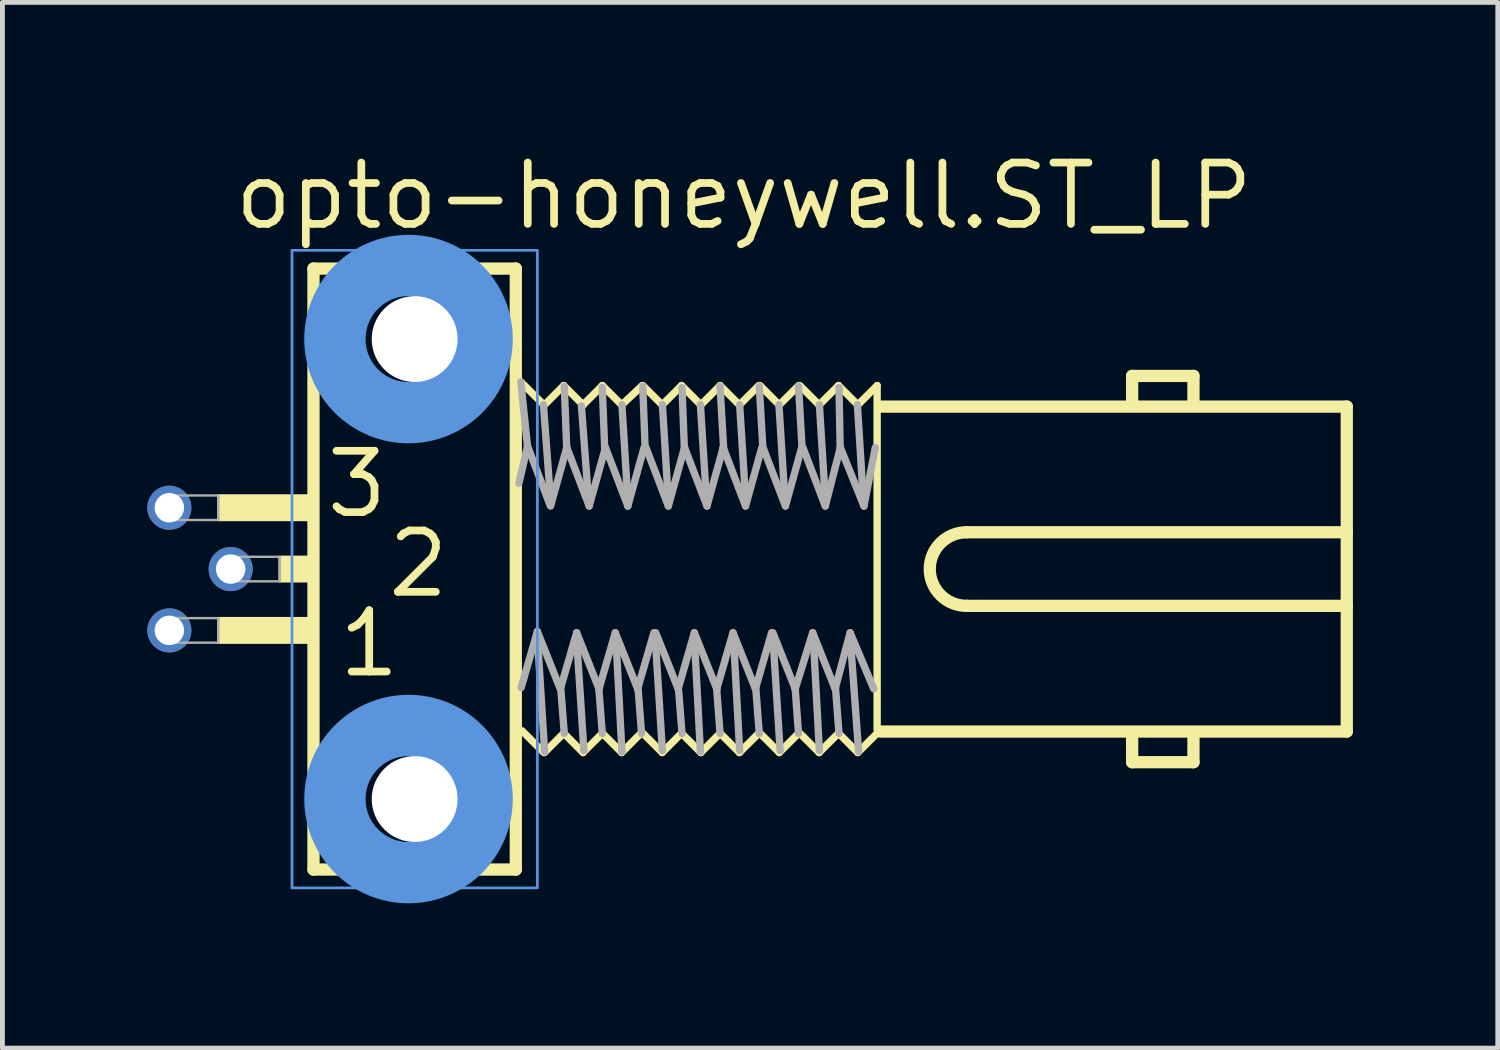
<source format=kicad_pcb>
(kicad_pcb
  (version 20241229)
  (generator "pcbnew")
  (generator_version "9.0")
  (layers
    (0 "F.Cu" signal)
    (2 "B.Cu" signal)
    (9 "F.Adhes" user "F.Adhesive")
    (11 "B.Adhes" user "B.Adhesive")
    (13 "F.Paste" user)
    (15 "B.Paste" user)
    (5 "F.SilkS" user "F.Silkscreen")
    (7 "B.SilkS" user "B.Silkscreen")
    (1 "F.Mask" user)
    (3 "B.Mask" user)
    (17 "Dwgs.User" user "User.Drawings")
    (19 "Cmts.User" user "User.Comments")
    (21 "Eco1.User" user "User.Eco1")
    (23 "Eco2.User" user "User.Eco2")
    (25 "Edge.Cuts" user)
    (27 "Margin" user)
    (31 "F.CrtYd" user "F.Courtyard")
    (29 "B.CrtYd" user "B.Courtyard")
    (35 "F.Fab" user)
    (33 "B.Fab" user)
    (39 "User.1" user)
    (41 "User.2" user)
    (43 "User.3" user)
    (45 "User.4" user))
  (footprint "opto-honeywell.ST_LP"
    (layer "F.Cu")
    (at 5.537 8.735)
    (property "Reference" "opto-honeywell.ST_LP" (at -3.81 -6.985 0) (layer "F.SilkS") (effects (font (size 1.27 1.27) (thickness 0.16)) (justify left bottom)))
    (attr through_hole)
    (fp_line (start -2.095 -6.223) (end 2.095 -6.223) (stroke (width 0.254) (type default)) (layer "F.SilkS"))
    (fp_line (start -2.095 6.223) (end -2.095 -6.223) (stroke (width 0.254) (type default)) (layer "F.SilkS"))
    (fp_line (start 2.095 -6.223) (end 2.095 6.223) (stroke (width 0.254) (type default)) (layer "F.SilkS"))
    (fp_line (start 2.095 6.223) (end -2.095 6.223) (stroke (width 0.254) (type default)) (layer "F.SilkS"))
    (fp_line (start 2.675 -3.4) (end 2.199 -3.876) (stroke (width 0.152) (type default)) (layer "F.SilkS"))
    (fp_line (start 2.675 3.8) (end 2.224 3.349) (stroke (width 0.152) (type default)) (layer "F.SilkS"))
    (fp_line (start 3.088 -3.8) (end 2.688 -3.4) (stroke (width 0.152) (type default)) (layer "F.SilkS"))
    (fp_line (start 3.088 3.4) (end 2.688 3.8) (stroke (width 0.152) (type default)) (layer "F.SilkS"))
    (fp_line (start 3.488 -3.4) (end 3.088 -3.8) (stroke (width 0.152) (type default)) (layer "F.SilkS"))
    (fp_line (start 3.488 3.8) (end 3.088 3.4) (stroke (width 0.152) (type default)) (layer "F.SilkS"))
    (fp_line (start 3.888 -3.8) (end 3.488 -3.4) (stroke (width 0.152) (type default)) (layer "F.SilkS"))
    (fp_line (start 3.888 3.4) (end 3.488 3.8) (stroke (width 0.152) (type default)) (layer "F.SilkS"))
    (fp_line (start 4.288 -3.4) (end 3.888 -3.8) (stroke (width 0.152) (type default)) (layer "F.SilkS"))
    (fp_line (start 4.288 3.8) (end 3.888 3.4) (stroke (width 0.152) (type default)) (layer "F.SilkS"))
    (fp_line (start 4.688 3.4) (end 4.288 3.8) (stroke (width 0.152) (type default)) (layer "F.SilkS"))
    (fp_line (start 4.714 -3.8) (end 4.288 -3.4) (stroke (width 0.152) (type default)) (layer "F.SilkS"))
    (fp_line (start 5.127 -3.4) (end 4.726 -3.8) (stroke (width 0.152) (type default)) (layer "F.SilkS"))
    (fp_line (start 5.127 3.8) (end 4.726 3.4) (stroke (width 0.152) (type default)) (layer "F.SilkS"))
    (fp_line (start 5.527 -3.8) (end 5.127 -3.4) (stroke (width 0.152) (type default)) (layer "F.SilkS"))
    (fp_line (start 5.527 3.4) (end 5.127 3.8) (stroke (width 0.152) (type default)) (layer "F.SilkS"))
    (fp_line (start 5.927 -3.4) (end 5.527 -3.8) (stroke (width 0.152) (type default)) (layer "F.SilkS"))
    (fp_line (start 5.927 3.8) (end 5.527 3.4) (stroke (width 0.152) (type default)) (layer "F.SilkS"))
    (fp_line (start 6.326 -3.8) (end 5.927 -3.4) (stroke (width 0.152) (type default)) (layer "F.SilkS"))
    (fp_line (start 6.326 3.4) (end 5.927 3.8) (stroke (width 0.152) (type default)) (layer "F.SilkS"))
    (fp_line (start 6.726 -3.4) (end 6.326 -3.8) (stroke (width 0.152) (type default)) (layer "F.SilkS"))
    (fp_line (start 6.726 3.8) (end 6.326 3.4) (stroke (width 0.152) (type default)) (layer "F.SilkS"))
    (fp_line (start 7.127 -3.8) (end 6.726 -3.4) (stroke (width 0.152) (type default)) (layer "F.SilkS"))
    (fp_line (start 7.127 3.4) (end 6.726 3.8) (stroke (width 0.152) (type default)) (layer "F.SilkS"))
    (fp_line (start 7.552 -3.4) (end 7.152 -3.8) (stroke (width 0.152) (type default)) (layer "F.SilkS"))
    (fp_line (start 7.552 3.8) (end 7.152 3.4) (stroke (width 0.152) (type default)) (layer "F.SilkS"))
    (fp_line (start 7.952 -3.8) (end 7.552 -3.4) (stroke (width 0.152) (type default)) (layer "F.SilkS"))
    (fp_line (start 7.952 3.4) (end 7.552 3.8) (stroke (width 0.152) (type default)) (layer "F.SilkS"))
    (fp_line (start 8.377 -3.4) (end 7.977 -3.8) (stroke (width 0.152) (type default)) (layer "F.SilkS"))
    (fp_line (start 8.377 3.8) (end 7.977 3.4) (stroke (width 0.152) (type default)) (layer "F.SilkS"))
    (fp_line (start 8.778 -3.8) (end 8.377 -3.4) (stroke (width 0.152) (type default)) (layer "F.SilkS"))
    (fp_line (start 8.778 3.4) (end 8.377 3.8) (stroke (width 0.152) (type default)) (layer "F.SilkS"))
    (fp_line (start 9.178 -3.4) (end 8.778 -3.8) (stroke (width 0.152) (type default)) (layer "F.SilkS"))
    (fp_line (start 9.178 3.8) (end 8.778 3.4) (stroke (width 0.152) (type default)) (layer "F.SilkS"))
    (fp_line (start 9.578 -3.8) (end 9.178 -3.4) (stroke (width 0.152) (type default)) (layer "F.SilkS"))
    (fp_line (start 9.578 -3.8) (end 9.578 3.331) (stroke (width 0.152) (type default)) (layer "F.SilkS"))
    (fp_line (start 9.578 3.4) (end 9.178 3.8) (stroke (width 0.152) (type default)) (layer "F.SilkS"))
    (fp_line (start 9.652 3.365) (end 19.304 3.365) (stroke (width 0.254) (type default)) (layer "F.SilkS"))
    (fp_line (start 11.43 0.762) (end 19.304 0.762) (stroke (width 0.254) (type default)) (layer "F.SilkS"))
    (fp_line (start 14.859 -4) (end 16.129 -4) (stroke (width 0.254) (type default)) (layer "F.SilkS"))
    (fp_line (start 14.859 -3.429) (end 14.859 -4) (stroke (width 0.254) (type default)) (layer "F.SilkS"))
    (fp_line (start 14.859 4) (end 14.859 3.429) (stroke (width 0.254) (type default)) (layer "F.SilkS"))
    (fp_line (start 16.129 -4) (end 16.129 -3.429) (stroke (width 0.254) (type default)) (layer "F.SilkS"))
    (fp_line (start 16.129 3.429) (end 16.129 4) (stroke (width 0.254) (type default)) (layer "F.SilkS"))
    (fp_line (start 16.129 4) (end 14.859 4) (stroke (width 0.254) (type default)) (layer "F.SilkS"))
    (fp_line (start 19.304 -3.365) (end 9.652 -3.365) (stroke (width 0.254) (type default)) (layer "F.SilkS"))
    (fp_line (start 19.304 -0.762) (end 11.43 -0.762) (stroke (width 0.254) (type default)) (layer "F.SilkS"))
    (fp_line (start 19.304 -0.762) (end 19.304 -3.365) (stroke (width 0.254) (type default)) (layer "F.SilkS"))
    (fp_line (start 19.304 0.762) (end 19.304 -0.762) (stroke (width 0.254) (type default)) (layer "F.SilkS"))
    (fp_line (start 19.304 3.365) (end 19.304 0.762) (stroke (width 0.254) (type default)) (layer "F.SilkS"))
    (fp_rect (start -4.064 -1.016) (end -2.159 -1.524) (stroke (width 0.05) (type default)) (fill yes) (layer "F.SilkS"))
    (fp_rect (start -4.064 1.524) (end -2.159 1.016) (stroke (width 0.05) (type default)) (fill yes) (layer "F.SilkS"))
    (fp_rect (start -2.794 0.254) (end -2.159 -0.254) (stroke (width 0.05) (type default)) (fill yes) (layer "F.SilkS"))
    (fp_arc (start 11.43 0.762) (mid 10.668 0) (end 11.43 -0.762) (stroke (width 0.254) (type default)) (layer "F.SilkS"))
    (fp_rect (start -2.54 6.604) (end 2.54 -6.604) (stroke (width 0.05) (type default)) (fill no) (layer "Cmts.User"))
    (fp_rect (start -2.54 6.604) (end 2.54 -6.604) (stroke (width 0.05) (type default)) (fill no) (layer "Cmts.User"))
    (fp_circle (center -0.127 -4.763) (end 1.397 -4.763) (stroke (width 1.27) (type default)) (fill no) (layer "Cmts.User"))
    (fp_circle (center -0.127 4.763) (end 1.397 4.763) (stroke (width 1.27) (type default)) (fill no) (layer "Cmts.User"))
    (fp_line (start 2.159 -1.778) (end 2.337 -2.54) (stroke (width 0.152) (type default)) (layer "F.Fab"))
    (fp_line (start 2.337 -2.54) (end 2.199 -3.876) (stroke (width 0.152) (type default)) (layer "F.Fab"))
    (fp_line (start 2.54 1.372) (end 2.692 3.785) (stroke (width 0.152) (type default)) (layer "F.Fab"))
    (fp_line (start 2.542 1.293) (end 2.206 2.455) (stroke (width 0.152) (type default)) (layer "F.Fab"))
    (fp_line (start 2.667 -3.404) (end 2.819 -1.372) (stroke (width 0.152) (type default)) (layer "F.Fab"))
    (fp_line (start 2.802 -1.33) (end 2.339 -2.543) (stroke (width 0.152) (type default)) (layer "F.Fab"))
    (fp_line (start 3.005 2.455) (end 2.542 1.293) (stroke (width 0.152) (type default)) (layer "F.Fab"))
    (fp_line (start 3.023 2.438) (end 3.099 3.404) (stroke (width 0.152) (type default)) (layer "F.Fab"))
    (fp_line (start 3.099 -3.785) (end 3.15 -2.489) (stroke (width 0.152) (type default)) (layer "F.Fab"))
    (fp_line (start 3.151 -2.517) (end 2.815 -1.305) (stroke (width 0.152) (type default)) (layer "F.Fab"))
    (fp_line (start 3.353 1.422) (end 3.505 3.759) (stroke (width 0.152) (type default)) (layer "F.Fab"))
    (fp_line (start 3.355 1.318) (end 3.018 2.48) (stroke (width 0.152) (type default)) (layer "F.Fab"))
    (fp_line (start 3.454 -3.378) (end 3.607 -1.346) (stroke (width 0.152) (type default)) (layer "F.Fab"))
    (fp_line (start 3.615 -1.305) (end 3.151 -2.517) (stroke (width 0.152) (type default)) (layer "F.Fab"))
    (fp_line (start 3.81 2.413) (end 3.886 3.404) (stroke (width 0.152) (type default)) (layer "F.Fab"))
    (fp_line (start 3.818 2.48) (end 3.355 1.318) (stroke (width 0.152) (type default)) (layer "F.Fab"))
    (fp_line (start 3.886 -3.759) (end 3.937 -2.464) (stroke (width 0.152) (type default)) (layer "F.Fab"))
    (fp_line (start 3.952 -2.517) (end 3.615 -1.305) (stroke (width 0.152) (type default)) (layer "F.Fab"))
    (fp_line (start 4.155 1.318) (end 3.818 2.48) (stroke (width 0.152) (type default)) (layer "F.Fab"))
    (fp_line (start 4.166 1.397) (end 4.293 3.785) (stroke (width 0.152) (type default)) (layer "F.Fab"))
    (fp_line (start 4.293 -3.404) (end 4.42 -1.346) (stroke (width 0.152) (type default)) (layer "F.Fab"))
    (fp_line (start 4.415 -1.305) (end 3.952 -2.517) (stroke (width 0.152) (type default)) (layer "F.Fab"))
    (fp_line (start 4.618 2.48) (end 4.155 1.318) (stroke (width 0.152) (type default)) (layer "F.Fab"))
    (fp_line (start 4.623 2.413) (end 4.699 3.404) (stroke (width 0.152) (type default)) (layer "F.Fab"))
    (fp_line (start 4.724 -3.785) (end 4.775 -2.464) (stroke (width 0.152) (type default)) (layer "F.Fab"))
    (fp_line (start 4.752 -2.517) (end 4.415 -1.305) (stroke (width 0.152) (type default)) (layer "F.Fab"))
    (fp_line (start 4.955 1.318) (end 4.618 2.48) (stroke (width 0.152) (type default)) (layer "F.Fab"))
    (fp_line (start 4.978 1.372) (end 5.131 3.759) (stroke (width 0.152) (type default)) (layer "F.Fab"))
    (fp_line (start 5.131 -3.404) (end 5.258 -1.346) (stroke (width 0.152) (type default)) (layer "F.Fab"))
    (fp_line (start 5.254 -1.305) (end 4.79 -2.517) (stroke (width 0.152) (type default)) (layer "F.Fab"))
    (fp_line (start 5.457 2.48) (end 4.993 1.318) (stroke (width 0.152) (type default)) (layer "F.Fab"))
    (fp_line (start 5.461 2.438) (end 5.537 3.404) (stroke (width 0.152) (type default)) (layer "F.Fab"))
    (fp_line (start 5.537 -3.759) (end 5.588 -2.438) (stroke (width 0.152) (type default)) (layer "F.Fab"))
    (fp_line (start 5.59 -2.517) (end 5.254 -1.305) (stroke (width 0.152) (type default)) (layer "F.Fab"))
    (fp_line (start 5.791 1.397) (end 5.918 3.785) (stroke (width 0.152) (type default)) (layer "F.Fab"))
    (fp_line (start 5.793 1.318) (end 5.457 2.48) (stroke (width 0.152) (type default)) (layer "F.Fab"))
    (fp_line (start 5.918 -3.404) (end 6.045 -1.397) (stroke (width 0.152) (type default)) (layer "F.Fab"))
    (fp_line (start 6.054 -1.305) (end 5.59 -2.517) (stroke (width 0.152) (type default)) (layer "F.Fab"))
    (fp_line (start 6.248 2.388) (end 6.325 3.404) (stroke (width 0.152) (type default)) (layer "F.Fab"))
    (fp_line (start 6.257 2.48) (end 5.793 1.318) (stroke (width 0.152) (type default)) (layer "F.Fab"))
    (fp_line (start 6.325 -3.785) (end 6.401 -2.464) (stroke (width 0.152) (type default)) (layer "F.Fab"))
    (fp_line (start 6.39 -2.517) (end 6.054 -1.305) (stroke (width 0.152) (type default)) (layer "F.Fab"))
    (fp_line (start 6.593 1.318) (end 6.257 2.48) (stroke (width 0.152) (type default)) (layer "F.Fab"))
    (fp_line (start 6.604 1.448) (end 6.731 3.759) (stroke (width 0.152) (type default)) (layer "F.Fab"))
    (fp_line (start 6.731 -3.404) (end 6.858 -1.372) (stroke (width 0.152) (type default)) (layer "F.Fab"))
    (fp_line (start 6.853 -1.305) (end 6.39 -2.517) (stroke (width 0.152) (type default)) (layer "F.Fab"))
    (fp_line (start 7.057 2.48) (end 6.593 1.318) (stroke (width 0.152) (type default)) (layer "F.Fab"))
    (fp_line (start 7.061 2.413) (end 7.137 3.404) (stroke (width 0.152) (type default)) (layer "F.Fab"))
    (fp_line (start 7.137 -3.785) (end 7.214 -2.464) (stroke (width 0.152) (type default)) (layer "F.Fab"))
    (fp_line (start 7.19 -2.517) (end 6.853 -1.305) (stroke (width 0.152) (type default)) (layer "F.Fab"))
    (fp_line (start 7.393 1.318) (end 7.057 2.48) (stroke (width 0.152) (type default)) (layer "F.Fab"))
    (fp_line (start 7.417 1.372) (end 7.569 3.759) (stroke (width 0.152) (type default)) (layer "F.Fab"))
    (fp_line (start 7.544 -3.404) (end 7.671 -1.397) (stroke (width 0.152) (type default)) (layer "F.Fab"))
    (fp_line (start 7.679 -1.305) (end 7.215 -2.517) (stroke (width 0.152) (type default)) (layer "F.Fab"))
    (fp_line (start 7.874 2.388) (end 7.95 3.404) (stroke (width 0.152) (type default)) (layer "F.Fab"))
    (fp_line (start 7.882 2.48) (end 7.419 1.318) (stroke (width 0.152) (type default)) (layer "F.Fab"))
    (fp_line (start 7.95 -3.785) (end 8.026 -2.464) (stroke (width 0.152) (type default)) (layer "F.Fab"))
    (fp_line (start 8.016 -2.517) (end 7.679 -1.305) (stroke (width 0.152) (type default)) (layer "F.Fab"))
    (fp_line (start 8.244 1.318) (end 7.882 2.48) (stroke (width 0.152) (type default)) (layer "F.Fab"))
    (fp_line (start 8.255 1.422) (end 8.382 3.759) (stroke (width 0.152) (type default)) (layer "F.Fab"))
    (fp_line (start 8.382 -3.404) (end 8.509 -1.372) (stroke (width 0.152) (type default)) (layer "F.Fab"))
    (fp_line (start 8.504 -1.305) (end 8.041 -2.517) (stroke (width 0.152) (type default)) (layer "F.Fab"))
    (fp_line (start 8.708 2.48) (end 8.244 1.318) (stroke (width 0.152) (type default)) (layer "F.Fab"))
    (fp_line (start 8.712 2.413) (end 8.788 3.404) (stroke (width 0.152) (type default)) (layer "F.Fab"))
    (fp_line (start 8.788 -3.759) (end 8.814 -2.438) (stroke (width 0.152) (type default)) (layer "F.Fab"))
    (fp_line (start 8.816 -2.517) (end 8.504 -1.305) (stroke (width 0.152) (type default)) (layer "F.Fab"))
    (fp_line (start 9.017 1.372) (end 9.195 3.785) (stroke (width 0.152) (type default)) (layer "F.Fab"))
    (fp_line (start 9.019 1.318) (end 8.708 2.48) (stroke (width 0.152) (type default)) (layer "F.Fab"))
    (fp_line (start 9.169 -3.404) (end 9.296 -1.372) (stroke (width 0.152) (type default)) (layer "F.Fab"))
    (fp_line (start 9.305 -1.305) (end 8.816 -2.517) (stroke (width 0.152) (type default)) (layer "F.Fab"))
    (fp_line (start 9.508 2.48) (end 9.019 1.318) (stroke (width 0.152) (type default)) (layer "F.Fab"))
    (fp_line (start 9.54 -2.517) (end 9.305 -1.305) (stroke (width 0.152) (type default)) (layer "F.Fab"))
    (fp_rect (start -5.207 -1.016) (end -4.064 -1.524) (stroke (width 0.05) (type default)) (fill no) (layer "F.Fab"))
    (fp_rect (start -5.207 1.524) (end -4.064 1.016) (stroke (width 0.05) (type default)) (fill no) (layer "F.Fab"))
    (fp_rect (start -3.937 0.254) (end -2.794 -0.254) (stroke (width 0.05) (type default)) (fill no) (layer "F.Fab"))
    (fp_text user "1" (at -1.651 2.286 0) (layer "F.SilkS") (effects (font (size 1.27 1.27) (thickness 0.16)) (justify left bottom)))
    (fp_text user "3" (at -1.905 -1.016 0) (layer "F.SilkS") (effects (font (size 1.27 1.27) (thickness 0.16)) (justify left bottom)))
    (fp_text user "2" (at -0.635 0.635 0) (layer "F.SilkS") (effects (font (size 1.27 1.27) (thickness 0.16)) (justify left bottom)))
    (pad "" np_thru_hole circle (at 0 -4.763) (size 1.778 1.778) (drill 1.778) (layers "*.Cu" "*.Mask"))
    (pad "" np_thru_hole circle (at 0 4.763) (size 1.778 1.778) (drill 1.778) (layers "*.Cu" "*.Mask"))
    (pad "1" thru_hole circle (at -5.08 1.27) (size 0.914 0.914) (drill 0.61) (layers "*.Cu" "*.Mask"))
    (pad "2" thru_hole circle (at -3.81 0) (size 0.914 0.914) (drill 0.61) (layers "*.Cu" "*.Mask"))
    (pad "3" thru_hole circle (at -5.08 -1.27) (size 0.914 0.914) (drill 0.61) (layers "*.Cu" "*.Mask")))
  (gr_rect
    (start -3 -3)
    (end 27.968 18.657)
    (stroke (width 0.1) (type default))
    (fill no)
    (layer "Edge.Cuts")))
</source>
